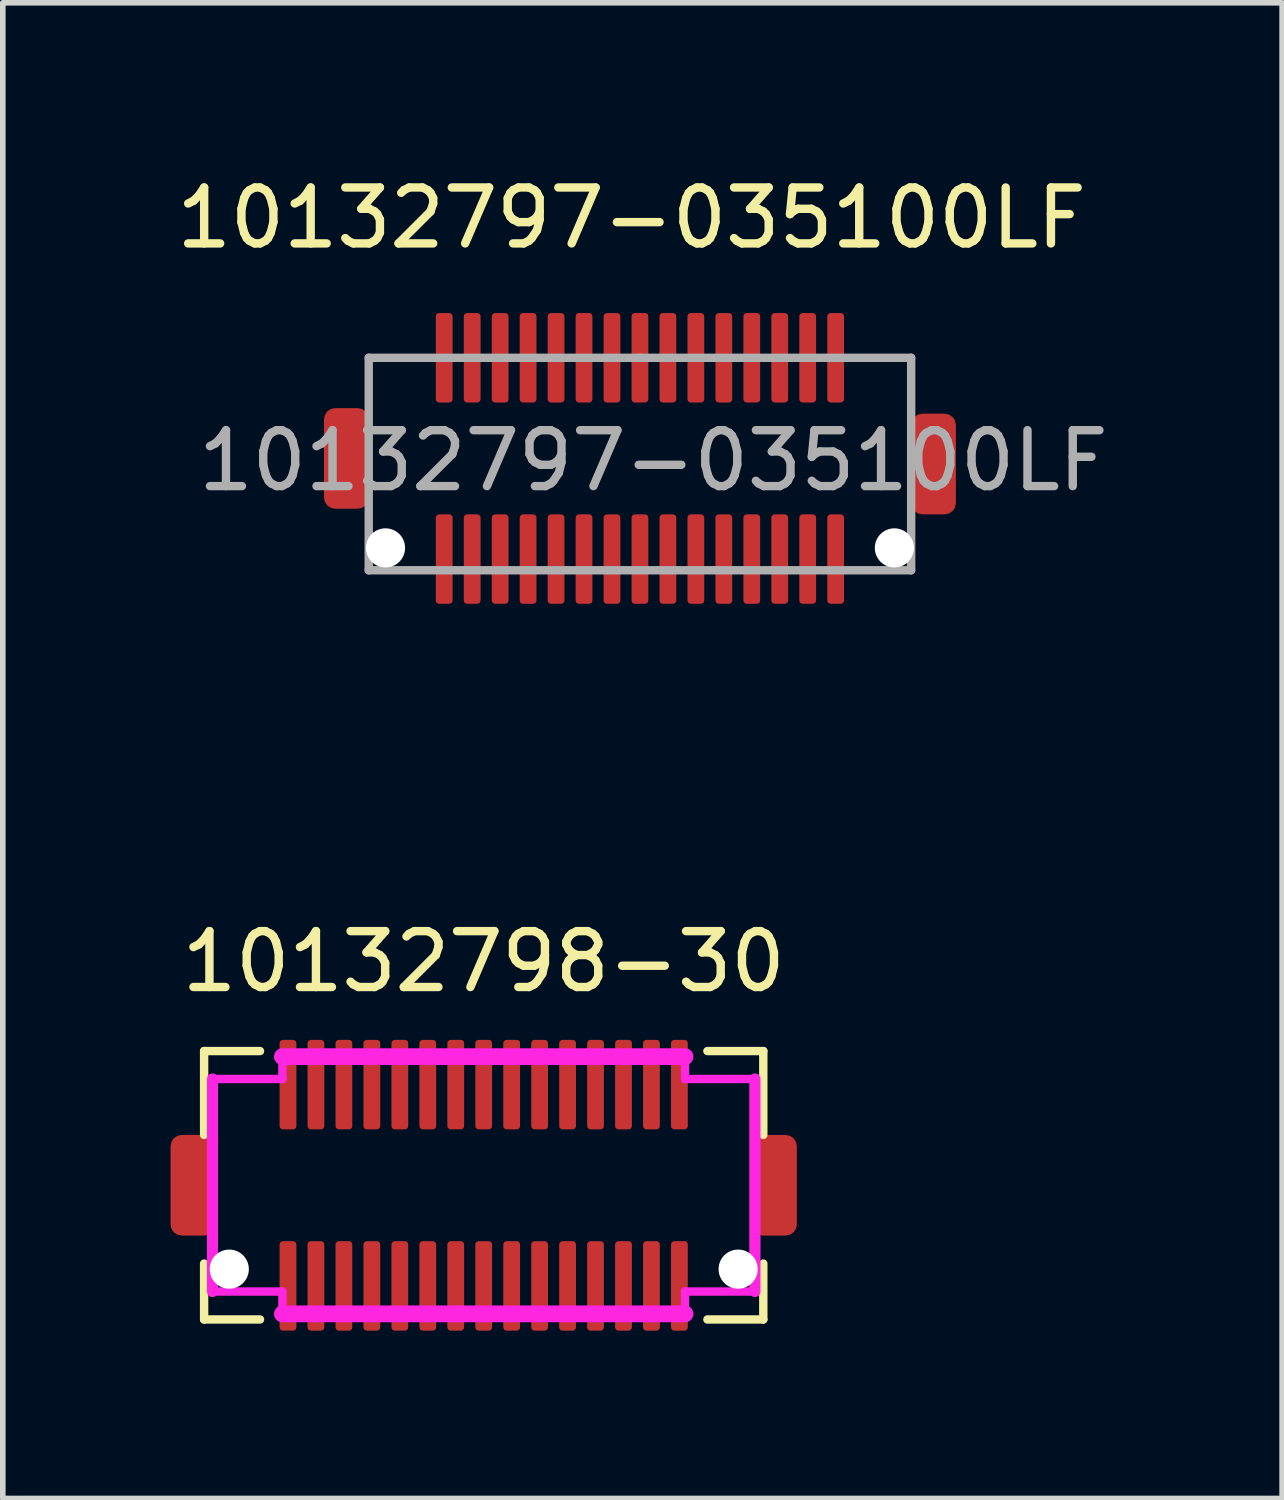
<source format=kicad_pcb>
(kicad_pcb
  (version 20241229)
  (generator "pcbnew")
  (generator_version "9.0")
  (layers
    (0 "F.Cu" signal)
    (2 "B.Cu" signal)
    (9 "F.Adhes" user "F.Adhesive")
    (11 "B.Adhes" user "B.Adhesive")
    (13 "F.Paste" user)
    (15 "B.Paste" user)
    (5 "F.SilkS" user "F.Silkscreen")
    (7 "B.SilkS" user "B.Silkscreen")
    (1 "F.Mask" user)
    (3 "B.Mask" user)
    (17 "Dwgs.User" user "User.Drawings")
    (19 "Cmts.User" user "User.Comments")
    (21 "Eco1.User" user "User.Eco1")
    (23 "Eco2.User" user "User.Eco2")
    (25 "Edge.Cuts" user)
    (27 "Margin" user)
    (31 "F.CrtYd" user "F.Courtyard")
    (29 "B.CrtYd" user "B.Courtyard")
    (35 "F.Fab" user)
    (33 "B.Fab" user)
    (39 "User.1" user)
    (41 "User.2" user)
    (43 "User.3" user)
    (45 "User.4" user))
  (footprint "10132798-30"
    (layer "F.Cu")
    (at 5.6 18.146)
    (property "Reference" "10132798-30" (at 0 -4 0) (layer "F.SilkS") (effects (font (size 1 1) (thickness 0.15))))
    (attr through_hole)
    (fp_line (start -5 -2.4) (end -4 -2.4) (stroke (width 0.15) (type solid)) (layer "F.SilkS"))
    (fp_line (start -5 -0.9) (end -5 -2.4) (stroke (width 0.15) (type solid)) (layer "F.SilkS"))
    (fp_line (start -5 1.4) (end -5 2.4) (stroke (width 0.15) (type solid)) (layer "F.SilkS"))
    (fp_line (start -5 2.4) (end -4 2.4) (stroke (width 0.15) (type solid)) (layer "F.SilkS"))
    (fp_line (start 4 -2.4) (end 5 -2.4) (stroke (width 0.15) (type solid)) (layer "F.SilkS"))
    (fp_line (start 4 2.4) (end 5 2.4) (stroke (width 0.15) (type solid)) (layer "F.SilkS"))
    (fp_line (start 5 -2.4) (end 5 -0.9) (stroke (width 0.15) (type solid)) (layer "F.SilkS"))
    (fp_line (start 5 2.4) (end 5 1.4) (stroke (width 0.15) (type solid)) (layer "F.SilkS"))
    (fp_line (start -4.85 -1.9) (end -3.6 -1.9) (stroke (width 0.15) (type solid)) (layer "F.CrtYd"))
    (fp_line (start -4.85 1.9) (end -4.85 -1.9) (stroke (width 0.2) (type solid)) (layer "F.CrtYd"))
    (fp_line (start -3.6 -2.3) (end 3.6 -2.3) (stroke (width 0.3) (type solid)) (layer "F.CrtYd"))
    (fp_line (start -3.6 -1.9) (end -3.6 -2.3) (stroke (width 0.15) (type solid)) (layer "F.CrtYd"))
    (fp_line (start -3.6 1.9) (end -4.85 1.9) (stroke (width 0.15) (type solid)) (layer "F.CrtYd"))
    (fp_line (start -3.6 2.3) (end -3.6 1.9) (stroke (width 0.15) (type solid)) (layer "F.CrtYd"))
    (fp_line (start -3.6 2.3) (end 3.6 2.3) (stroke (width 0.3) (type solid)) (layer "F.CrtYd"))
    (fp_line (start 3.6 -2.3) (end 3.6 -1.9) (stroke (width 0.15) (type solid)) (layer "F.CrtYd"))
    (fp_line (start 3.6 -1.9) (end 4.85 -1.9) (stroke (width 0.15) (type solid)) (layer "F.CrtYd"))
    (fp_line (start 3.6 1.9) (end 3.6 2.3) (stroke (width 0.15) (type solid)) (layer "F.CrtYd"))
    (fp_line (start 3.6 1.9) (end 4.85 1.9) (stroke (width 0.15) (type solid)) (layer "F.CrtYd"))
    (fp_line (start 4.85 -1.9) (end 4.85 1.9) (stroke (width 0.2) (type solid)) (layer "F.CrtYd"))
    (pad "" np_thru_hole circle (at -4.55 1.5) (size 0.7 0.7) (drill 0.7) (layers "*.Cu" "*.Mask"))
    (pad "" np_thru_hole circle (at 4.55 1.5) (size 0.7 0.7) (drill 0.7) (layers "*.Cu" "*.Mask"))
    (pad "1" smd roundrect (at -3.5 -1.8) (size 0.3 1.6) (layers "F.Cu" "F.Mask" "F.Paste") (roundrect_rratio 0.2))
    (pad "2" smd roundrect (at -3 -1.8) (size 0.3 1.6) (layers "F.Cu" "F.Mask" "F.Paste") (roundrect_rratio 0.2))
    (pad "3" smd roundrect (at -2.5 -1.8) (size 0.3 1.6) (layers "F.Cu" "F.Mask" "F.Paste") (roundrect_rratio 0.2))
    (pad "4" smd roundrect (at -2 -1.8) (size 0.3 1.6) (layers "F.Cu" "F.Mask" "F.Paste") (roundrect_rratio 0.2))
    (pad "5" smd roundrect (at -1.5 -1.8) (size 0.3 1.6) (layers "F.Cu" "F.Mask" "F.Paste") (roundrect_rratio 0.2))
    (pad "6" smd roundrect (at -1 -1.8) (size 0.3 1.6) (layers "F.Cu" "F.Mask" "F.Paste") (roundrect_rratio 0.2))
    (pad "7" smd roundrect (at -0.5 -1.8) (size 0.3 1.6) (layers "F.Cu" "F.Mask" "F.Paste") (roundrect_rratio 0.2))
    (pad "8" smd roundrect (at 0 -1.8) (size 0.3 1.6) (layers "F.Cu" "F.Mask" "F.Paste") (roundrect_rratio 0.2))
    (pad "9" smd roundrect (at 0.5 -1.8) (size 0.3 1.6) (layers "F.Cu" "F.Mask" "F.Paste") (roundrect_rratio 0.2))
    (pad "10" smd roundrect (at 1 -1.8) (size 0.3 1.6) (layers "F.Cu" "F.Mask" "F.Paste") (roundrect_rratio 0.2))
    (pad "11" smd roundrect (at 1.5 -1.8) (size 0.3 1.6) (layers "F.Cu" "F.Mask" "F.Paste") (roundrect_rratio 0.2))
    (pad "12" smd roundrect (at 2 -1.8) (size 0.3 1.6) (layers "F.Cu" "F.Mask" "F.Paste") (roundrect_rratio 0.2))
    (pad "13" smd roundrect (at 2.5 -1.8) (size 0.3 1.6) (layers "F.Cu" "F.Mask" "F.Paste") (roundrect_rratio 0.2))
    (pad "14" smd roundrect (at 3 -1.8) (size 0.3 1.6) (layers "F.Cu" "F.Mask" "F.Paste") (roundrect_rratio 0.2))
    (pad "15" smd roundrect (at 3.5 -1.8) (size 0.3 1.6) (layers "F.Cu" "F.Mask" "F.Paste") (roundrect_rratio 0.2))
    (pad "16" smd roundrect (at -3.5 1.8) (size 0.3 1.6) (layers "F.Cu" "F.Mask" "F.Paste") (roundrect_rratio 0.2))
    (pad "17" smd roundrect (at -3 1.8) (size 0.3 1.6) (layers "F.Cu" "F.Mask" "F.Paste") (roundrect_rratio 0.2))
    (pad "18" smd roundrect (at -2.5 1.8) (size 0.3 1.6) (layers "F.Cu" "F.Mask" "F.Paste") (roundrect_rratio 0.2))
    (pad "19" smd roundrect (at -2 1.8) (size 0.3 1.6) (layers "F.Cu" "F.Mask" "F.Paste") (roundrect_rratio 0.2))
    (pad "20" smd roundrect (at -1.5 1.8) (size 0.3 1.6) (layers "F.Cu" "F.Mask" "F.Paste") (roundrect_rratio 0.2))
    (pad "21" smd roundrect (at -1 1.8) (size 0.3 1.6) (layers "F.Cu" "F.Mask" "F.Paste") (roundrect_rratio 0.2))
    (pad "22" smd roundrect (at -0.5 1.8) (size 0.3 1.6) (layers "F.Cu" "F.Mask" "F.Paste") (roundrect_rratio 0.2))
    (pad "23" smd roundrect (at 0 1.8) (size 0.3 1.6) (layers "F.Cu" "F.Mask" "F.Paste") (roundrect_rratio 0.2))
    (pad "24" smd roundrect (at 0.5 1.8) (size 0.3 1.6) (layers "F.Cu" "F.Mask" "F.Paste") (roundrect_rratio 0.2))
    (pad "25" smd roundrect (at 1 1.8) (size 0.3 1.6) (layers "F.Cu" "F.Mask" "F.Paste") (roundrect_rratio 0.2))
    (pad "26" smd roundrect (at 1.5 1.8) (size 0.3 1.6) (layers "F.Cu" "F.Mask" "F.Paste") (roundrect_rratio 0.2))
    (pad "27" smd roundrect (at 2 1.8) (size 0.3 1.6) (layers "F.Cu" "F.Mask" "F.Paste") (roundrect_rratio 0.2))
    (pad "28" smd roundrect (at 2.5 1.8) (size 0.3 1.6) (layers "F.Cu" "F.Mask" "F.Paste") (roundrect_rratio 0.2))
    (pad "29" smd roundrect (at 3 1.8) (size 0.3 1.6) (layers "F.Cu" "F.Mask" "F.Paste") (roundrect_rratio 0.2))
    (pad "30" smd roundrect (at 3.5 1.8) (size 0.3 1.6) (layers "F.Cu" "F.Mask" "F.Paste") (roundrect_rratio 0.2))
    (pad "MP" smd roundrect (at -5.2 0) (size 0.8 1.8) (layers "F.Cu" "F.Mask" "F.Paste") (roundrect_rratio 0.25))
    (pad "MP" smd roundrect (at 5.2 0) (size 0.8 1.8) (layers "F.Cu" "F.Mask" "F.Paste") (roundrect_rratio 0.25)))
  (footprint "10132797-035100LF"
    (layer "F.Cu")
    (at 2.394 10.048)
    (property "Reference" "10132797-035100LF" (at 5.85 -9.2 180) (layer "F.SilkS") (effects (font (size 1 1) (thickness 0.15))))
    (attr smd)
    (fp_line (start 1.15 -6.7) (end 1.15 -2.9) (stroke (width 0.15) (type solid)) (layer "F.Fab"))
    (fp_line (start 6 -6.7) (end 1.15 -6.7) (stroke (width 0.15) (type solid)) (layer "F.Fab"))
    (fp_line (start 6 -6.7) (end 10.85 -6.7) (stroke (width 0.15) (type solid)) (layer "F.Fab"))
    (fp_line (start 10.85 -4.8) (end 10.85 -6.7) (stroke (width 0.15) (type solid)) (layer "F.Fab"))
    (fp_line (start 10.85 -4.8) (end 10.85 -2.9) (stroke (width 0.15) (type solid)) (layer "F.Fab"))
    (fp_line (start 10.85 -2.9) (end 1.15 -2.9) (stroke (width 0.15) (type solid)) (layer "F.Fab"))
    (fp_text user "${REFERENCE}" (at 6.24 -4.86 0) (layer "F.Fab") (effects (font (size 1 1) (thickness 0.15))))
    (pad "" np_thru_hole circle (at 1.45 -3.3) (size 0.7 0.7) (drill 0.7) (layers "*.Cu" "*.Mask"))
    (pad "" np_thru_hole circle (at 10.55 -3.3) (size 0.7 0.7) (drill 0.7) (layers "*.Cu" "*.Mask"))
    (pad "1" smd roundrect (at 2.5 -3.1) (size 0.3 1.6) (layers "F.Cu" "F.Mask" "F.Paste") (roundrect_rratio 0.2))
    (pad "2" smd roundrect (at 3 -3.1) (size 0.3 1.6) (layers "F.Cu" "F.Mask" "F.Paste") (roundrect_rratio 0.2))
    (pad "3" smd roundrect (at 3.5 -3.1) (size 0.3 1.6) (layers "F.Cu" "F.Mask" "F.Paste") (roundrect_rratio 0.2))
    (pad "4" smd roundrect (at 4 -3.1) (size 0.3 1.6) (layers "F.Cu" "F.Mask" "F.Paste") (roundrect_rratio 0.2))
    (pad "5" smd roundrect (at 4.5 -3.1) (size 0.3 1.6) (layers "F.Cu" "F.Mask" "F.Paste") (roundrect_rratio 0.2))
    (pad "6" smd roundrect (at 5 -3.1) (size 0.3 1.6) (layers "F.Cu" "F.Mask" "F.Paste") (roundrect_rratio 0.2))
    (pad "7" smd roundrect (at 5.5 -3.1) (size 0.3 1.6) (layers "F.Cu" "F.Mask" "F.Paste") (roundrect_rratio 0.2))
    (pad "8" smd roundrect (at 6 -3.1) (size 0.3 1.6) (layers "F.Cu" "F.Mask" "F.Paste") (roundrect_rratio 0.2))
    (pad "9" smd roundrect (at 6.5 -3.1) (size 0.3 1.6) (layers "F.Cu" "F.Mask" "F.Paste") (roundrect_rratio 0.2))
    (pad "10" smd roundrect (at 7 -3.1) (size 0.3 1.6) (layers "F.Cu" "F.Mask" "F.Paste") (roundrect_rratio 0.2))
    (pad "11" smd roundrect (at 7.5 -3.1) (size 0.3 1.6) (layers "F.Cu" "F.Mask" "F.Paste") (roundrect_rratio 0.2))
    (pad "12" smd roundrect (at 8 -3.1) (size 0.3 1.6) (layers "F.Cu" "F.Mask" "F.Paste") (roundrect_rratio 0.2))
    (pad "13" smd roundrect (at 8.5 -3.1) (size 0.3 1.6) (layers "F.Cu" "F.Mask" "F.Paste") (roundrect_rratio 0.2))
    (pad "14" smd roundrect (at 9 -3.1) (size 0.3 1.6) (layers "F.Cu" "F.Mask" "F.Paste") (roundrect_rratio 0.2))
    (pad "15" smd roundrect (at 9.5 -3.1) (size 0.3 1.6) (layers "F.Cu" "F.Mask" "F.Paste") (roundrect_rratio 0.2))
    (pad "16" smd roundrect (at 2.5 -6.7) (size 0.3 1.6) (layers "F.Cu" "F.Mask" "F.Paste") (roundrect_rratio 0.2))
    (pad "17" smd roundrect (at 3 -6.7) (size 0.3 1.6) (layers "F.Cu" "F.Mask" "F.Paste") (roundrect_rratio 0.2))
    (pad "18" smd roundrect (at 3.5 -6.7) (size 0.3 1.6) (layers "F.Cu" "F.Mask" "F.Paste") (roundrect_rratio 0.2))
    (pad "19" smd roundrect (at 4 -6.7) (size 0.3 1.6) (layers "F.Cu" "F.Mask" "F.Paste") (roundrect_rratio 0.2))
    (pad "20" smd roundrect (at 4.5 -6.7) (size 0.3 1.6) (layers "F.Cu" "F.Mask" "F.Paste") (roundrect_rratio 0.2))
    (pad "21" smd roundrect (at 5 -6.7) (size 0.3 1.6) (layers "F.Cu" "F.Mask" "F.Paste") (roundrect_rratio 0.2))
    (pad "22" smd roundrect (at 5.5 -6.7) (size 0.3 1.6) (layers "F.Cu" "F.Mask" "F.Paste") (roundrect_rratio 0.2))
    (pad "23" smd roundrect (at 6 -6.7) (size 0.3 1.6) (layers "F.Cu" "F.Mask" "F.Paste") (roundrect_rratio 0.2))
    (pad "24" smd roundrect (at 6.5 -6.7) (size 0.3 1.6) (layers "F.Cu" "F.Mask" "F.Paste") (roundrect_rratio 0.2))
    (pad "25" smd roundrect (at 7 -6.7) (size 0.3 1.6) (layers "F.Cu" "F.Mask" "F.Paste") (roundrect_rratio 0.2))
    (pad "26" smd roundrect (at 7.5 -6.7) (size 0.3 1.6) (layers "F.Cu" "F.Mask" "F.Paste") (roundrect_rratio 0.2))
    (pad "27" smd roundrect (at 8 -6.7) (size 0.3 1.6) (layers "F.Cu" "F.Mask" "F.Paste") (roundrect_rratio 0.2))
    (pad "28" smd roundrect (at 8.5 -6.7) (size 0.3 1.6) (layers "F.Cu" "F.Mask" "F.Paste") (roundrect_rratio 0.2))
    (pad "29" smd roundrect (at 9 -6.7) (size 0.3 1.6) (layers "F.Cu" "F.Mask" "F.Paste") (roundrect_rratio 0.2))
    (pad "30" smd roundrect (at 9.5 -6.7) (size 0.3 1.6) (layers "F.Cu" "F.Mask" "F.Paste") (roundrect_rratio 0.2))
    (pad "MP" smd roundrect (at 0.75 -4.9) (size 0.8 1.8) (layers "F.Cu" "F.Mask" "F.Paste") (roundrect_rratio 0.25))
    (pad "MP" smd roundrect (at 11.25 -4.8) (size 0.8 1.8) (layers "F.Cu" "F.Mask" "F.Paste") (roundrect_rratio 0.25)))
  (gr_rect
    (start -3 -3)
    (end 19.878 23.747)
    (stroke (width 0.1) (type default))
    (fill no)
    (layer "Edge.Cuts")))
</source>
